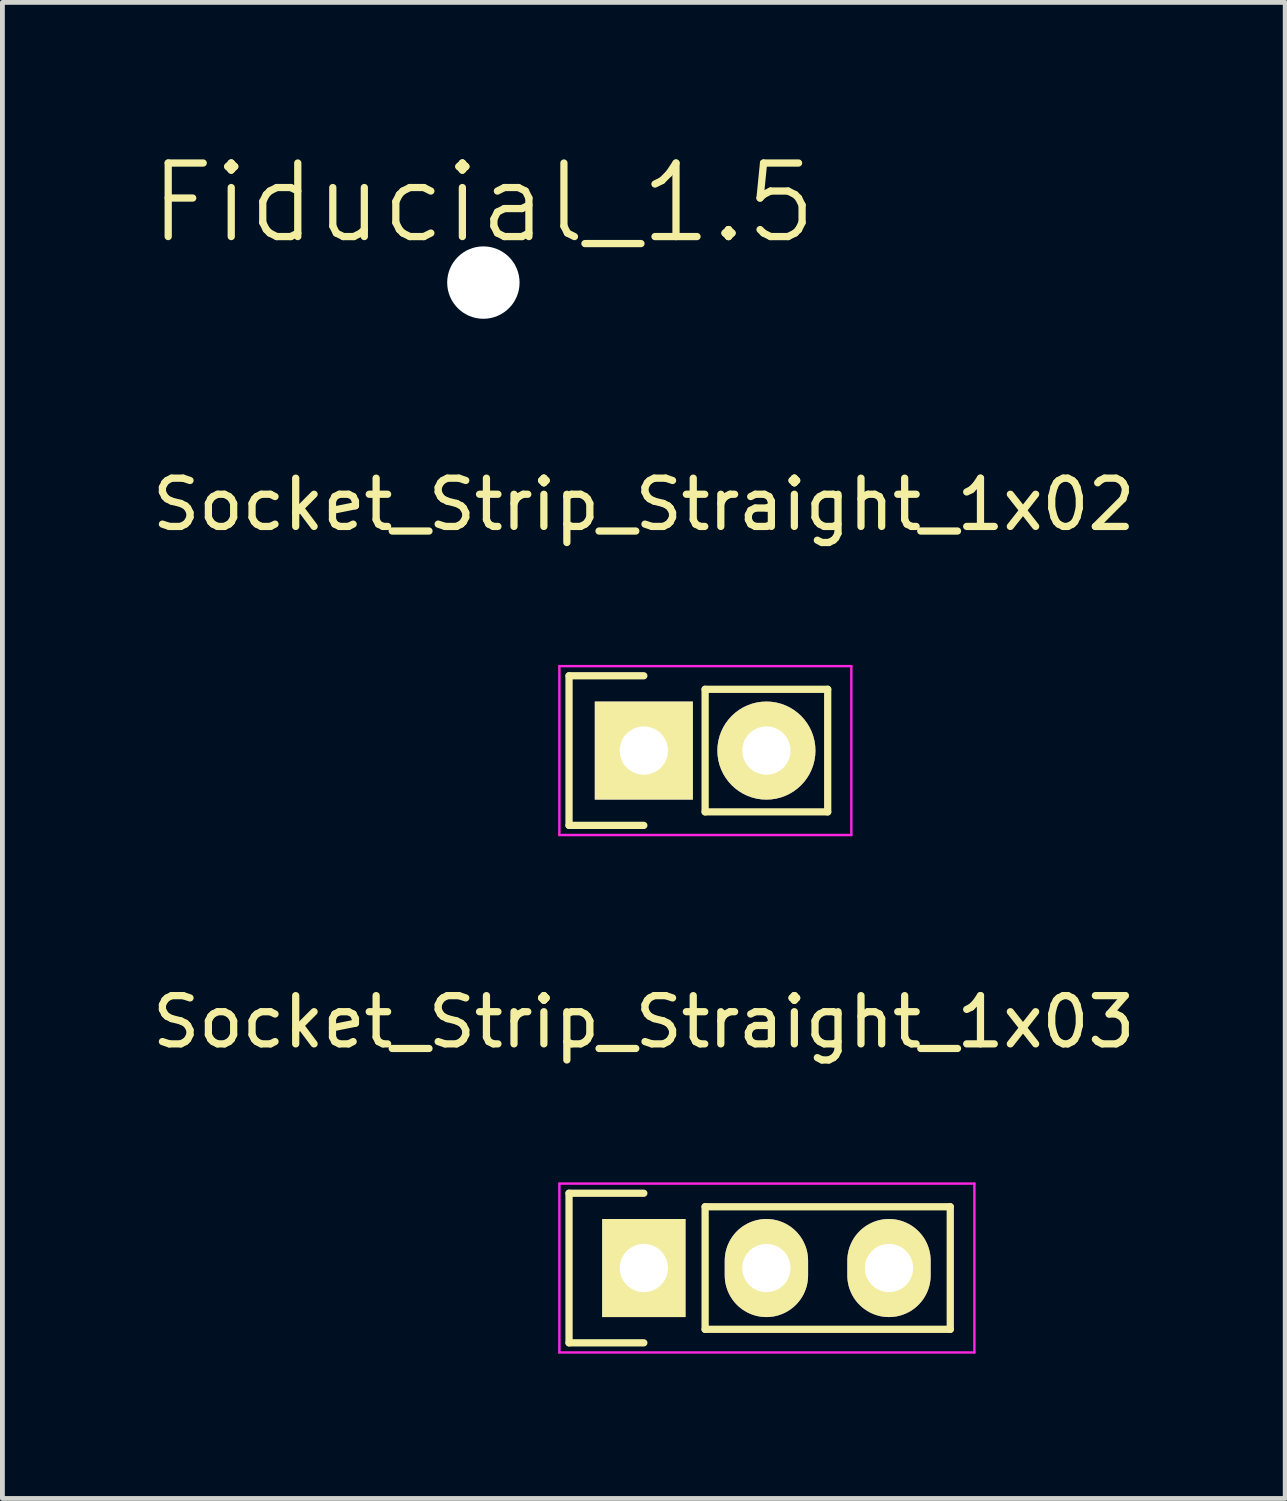
<source format=kicad_pcb>
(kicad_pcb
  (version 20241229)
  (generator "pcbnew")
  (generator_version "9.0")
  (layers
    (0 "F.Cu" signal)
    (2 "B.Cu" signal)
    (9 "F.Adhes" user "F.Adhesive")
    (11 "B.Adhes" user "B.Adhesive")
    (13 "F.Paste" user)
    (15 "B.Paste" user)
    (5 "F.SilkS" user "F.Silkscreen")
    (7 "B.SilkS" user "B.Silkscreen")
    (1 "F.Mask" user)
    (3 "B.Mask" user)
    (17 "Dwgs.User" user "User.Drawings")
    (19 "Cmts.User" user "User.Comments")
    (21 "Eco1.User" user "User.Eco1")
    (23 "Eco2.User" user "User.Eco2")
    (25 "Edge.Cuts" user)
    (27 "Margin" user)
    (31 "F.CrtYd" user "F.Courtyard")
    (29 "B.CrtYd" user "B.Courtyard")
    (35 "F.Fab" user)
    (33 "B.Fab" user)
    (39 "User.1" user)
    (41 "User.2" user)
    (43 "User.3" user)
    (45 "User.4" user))
  (footprint "Socket_Strip_Straight_1x03"
    (layer "F.Cu")
    (at 10.292 23.227)
    (property "Reference" "Socket_Strip_Straight_1x03" (at 0 -5.1 0) (layer "F.SilkS") (effects (font (size 1 1) (thickness 0.15))))
    (attr through_hole)
    (fp_line (start -1.55 -1.55) (end -1.55 1.55) (stroke (width 0.15) (type solid)) (layer "F.SilkS"))
    (fp_line (start -1.55 1.55) (end 0 1.55) (stroke (width 0.15) (type solid)) (layer "F.SilkS"))
    (fp_line (start 0 -1.55) (end -1.55 -1.55) (stroke (width 0.15) (type solid)) (layer "F.SilkS"))
    (fp_line (start 1.27 -1.27) (end 6.35 -1.27) (stroke (width 0.15) (type solid)) (layer "F.SilkS"))
    (fp_line (start 1.27 1.27) (end 1.27 -1.27) (stroke (width 0.15) (type solid)) (layer "F.SilkS"))
    (fp_line (start 6.35 -1.27) (end 6.35 1.27) (stroke (width 0.15) (type solid)) (layer "F.SilkS"))
    (fp_line (start 6.35 1.27) (end 1.27 1.27) (stroke (width 0.15) (type solid)) (layer "F.SilkS"))
    (fp_line (start -1.75 -1.75) (end -1.75 1.75) (stroke (width 0.05) (type solid)) (layer "F.CrtYd"))
    (fp_line (start -1.75 -1.75) (end 6.85 -1.75) (stroke (width 0.05) (type solid)) (layer "F.CrtYd"))
    (fp_line (start -1.75 1.75) (end 6.85 1.75) (stroke (width 0.05) (type solid)) (layer "F.CrtYd"))
    (fp_line (start 6.85 -1.75) (end 6.85 1.75) (stroke (width 0.05) (type solid)) (layer "F.CrtYd"))
    (pad "1" thru_hole rect (at 0 0) (size 1.727 2.032) (drill 1) (layers "*.Cu" "*.Mask" "F.SilkS"))
    (pad "2" thru_hole oval (at 2.54 0) (size 1.727 2.032) (drill 1) (layers "*.Cu" "*.Mask" "F.SilkS"))
    (pad "3" thru_hole oval (at 5.08 0) (size 1.727 2.032) (drill 1) (layers "*.Cu" "*.Mask" "F.SilkS")))
  (footprint "Socket_Strip_Straight_1x02"
    (layer "F.Cu")
    (at 10.292 12.504)
    (property "Reference" "Socket_Strip_Straight_1x02" (at 0 -5.1 0) (layer "F.SilkS") (effects (font (size 1 1) (thickness 0.15))))
    (attr through_hole)
    (fp_line (start -1.55 -1.55) (end -1.55 1.55) (stroke (width 0.15) (type solid)) (layer "F.SilkS"))
    (fp_line (start -1.55 1.55) (end 0 1.55) (stroke (width 0.15) (type solid)) (layer "F.SilkS"))
    (fp_line (start 0 -1.55) (end -1.55 -1.55) (stroke (width 0.15) (type solid)) (layer "F.SilkS"))
    (fp_line (start 1.27 -1.27) (end 3.81 -1.27) (stroke (width 0.15) (type solid)) (layer "F.SilkS"))
    (fp_line (start 1.27 1.27) (end 1.27 -1.27) (stroke (width 0.15) (type solid)) (layer "F.SilkS"))
    (fp_line (start 3.81 -1.27) (end 3.81 1.27) (stroke (width 0.15) (type solid)) (layer "F.SilkS"))
    (fp_line (start 3.81 1.27) (end 1.27 1.27) (stroke (width 0.15) (type solid)) (layer "F.SilkS"))
    (fp_line (start -1.75 -1.75) (end -1.75 1.75) (stroke (width 0.05) (type solid)) (layer "F.CrtYd"))
    (fp_line (start -1.75 -1.75) (end 4.3 -1.75) (stroke (width 0.05) (type solid)) (layer "F.CrtYd"))
    (fp_line (start -1.75 1.75) (end 4.3 1.75) (stroke (width 0.05) (type solid)) (layer "F.CrtYd"))
    (fp_line (start 4.3 -1.75) (end 4.3 1.75) (stroke (width 0.05) (type solid)) (layer "F.CrtYd"))
    (pad "1" thru_hole rect (at 0 0) (size 2.032 2.032) (drill 1) (layers "*.Cu" "*.Mask" "F.SilkS"))
    (pad "2" thru_hole oval (at 2.54 0) (size 2.032 2.032) (drill 1) (layers "*.Cu" "*.Mask" "F.SilkS")))
  (footprint "Fiducial_1.5"
    (layer "F.Cu")
    (at 6.967 2.806)
    (property "Reference" "Fiducial_1.5" (at 0 -1.651 0) (layer "F.SilkS") (effects (font (size 1.524 1.524) (thickness 0.15))))
    (attr through_hole)
    (pad "" np_thru_hole circle (at 0 0) (size 1.5 1.5) (drill 1.5) (layers "*.Cu")))
  (gr_rect
    (start -3 -3)
    (end 23.583 28.002)
    (stroke (width 0.1) (type default))
    (fill no)
    (layer "Edge.Cuts")))
</source>
